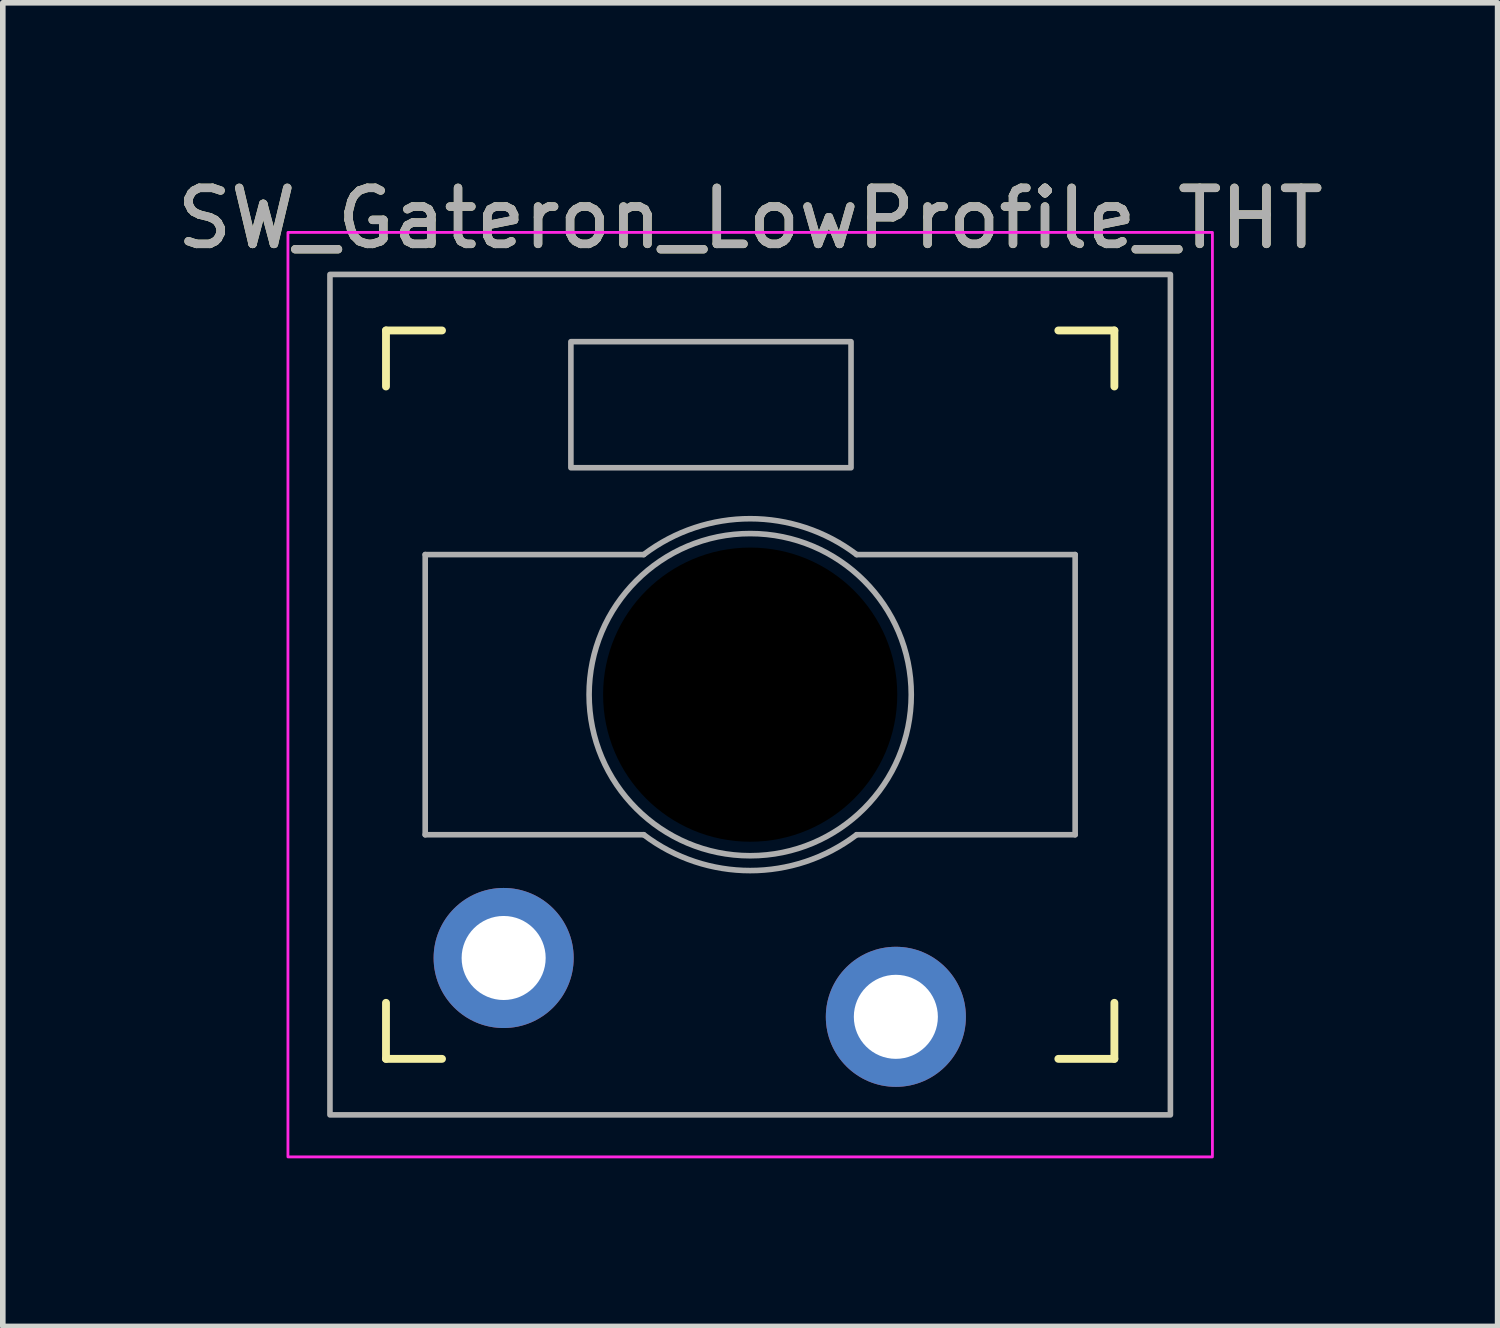
<source format=kicad_pcb>
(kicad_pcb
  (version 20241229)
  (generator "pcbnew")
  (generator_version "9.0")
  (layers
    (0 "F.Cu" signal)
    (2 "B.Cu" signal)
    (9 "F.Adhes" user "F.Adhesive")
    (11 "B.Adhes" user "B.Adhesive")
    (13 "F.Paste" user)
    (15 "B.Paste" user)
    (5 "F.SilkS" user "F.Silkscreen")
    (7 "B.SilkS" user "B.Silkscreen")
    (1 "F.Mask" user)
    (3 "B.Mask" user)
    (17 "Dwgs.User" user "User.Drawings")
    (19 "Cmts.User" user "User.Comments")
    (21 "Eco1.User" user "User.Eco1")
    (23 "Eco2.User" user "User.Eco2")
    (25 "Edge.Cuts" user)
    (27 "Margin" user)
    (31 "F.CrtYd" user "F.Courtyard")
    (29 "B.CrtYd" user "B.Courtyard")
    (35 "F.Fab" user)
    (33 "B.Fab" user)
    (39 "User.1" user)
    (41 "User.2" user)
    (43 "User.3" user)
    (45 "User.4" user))
  (footprint "SW_Gateron_LowProfile_THT"
    (layer "F.Cu")
    (at 10.339 9.348)
    (property "Reference" "SW_Gateron_LowProfile_THT" (at 0 -8.5 0) (unlocked yes) (layer "F.SilkS") (effects (font (size 1 1) (thickness 0.15))))
    (attr through_hole)
    (fp_line (start -6.5 -5.5) (end -6.5 -6.5) (stroke (width 0.14) (type solid)) (layer "F.SilkS"))
    (fp_line (start -6.5 6.5) (end -6.5 5.5) (stroke (width 0.14) (type solid)) (layer "F.SilkS"))
    (fp_line (start -6.5 6.5) (end -5.5 6.5) (stroke (width 0.14) (type solid)) (layer "F.SilkS"))
    (fp_line (start -5.5 -6.5) (end -6.5 -6.5) (stroke (width 0.14) (type solid)) (layer "F.SilkS"))
    (fp_line (start 5.5 6.5) (end 6.5 6.5) (stroke (width 0.14) (type solid)) (layer "F.SilkS"))
    (fp_line (start 6.5 -6.5) (end 5.5 -6.5) (stroke (width 0.14) (type solid)) (layer "F.SilkS"))
    (fp_line (start 6.5 -6.5) (end 6.5 -5.5) (stroke (width 0.14) (type solid)) (layer "F.SilkS"))
    (fp_line (start 6.5 5.5) (end 6.5 6.5) (stroke (width 0.14) (type solid)) (layer "F.SilkS"))
    (fp_rect (start -8.25 8.25) (end 8.25 -8.25) (stroke (width 0.05) (type solid)) (fill no) (layer "F.CrtYd"))
    (fp_line (start -5.8 -2.5) (end -1.9 -2.5) (stroke (width 0.1) (type default)) (layer "F.Fab"))
    (fp_line (start -5.8 2.5) (end -5.8 -2.5) (stroke (width 0.1) (type default)) (layer "F.Fab"))
    (fp_line (start -1.9 2.5) (end -5.8 2.5) (stroke (width 0.1) (type default)) (layer "F.Fab"))
    (fp_line (start 1.9 -2.5) (end 5.8 -2.5) (stroke (width 0.1) (type default)) (layer "F.Fab"))
    (fp_line (start 5.8 -2.5) (end 5.8 2.5) (stroke (width 0.1) (type default)) (layer "F.Fab"))
    (fp_line (start 5.8 2.5) (end 1.9 2.5) (stroke (width 0.1) (type default)) (layer "F.Fab"))
    (fp_rect (start -7.5 7.5) (end 7.5 -7.5) (stroke (width 0.1) (type solid)) (fill no) (layer "F.Fab"))
    (fp_rect (start -3.2 -6.3) (end 1.8 -4.05) (stroke (width 0.1) (type default)) (fill no) (layer "F.Fab"))
    (fp_arc (start -1.9 -2.499999) (mid 0 -3.140063) (end 1.9 -2.499999) (stroke (width 0.1) (type default)) (layer "F.Fab"))
    (fp_arc (start 1.9 2.499999) (mid 0 3.140063) (end -1.9 2.499999) (stroke (width 0.1) (type default)) (layer "F.Fab"))
    (fp_circle (center 0 0) (end 2.875 0) (stroke (width 0.1) (type default)) (fill no) (layer "F.Fab"))
    (fp_poly (pts (xy -2.05 -0.64) (xy -0.6 -0.64) (xy -0.6 -2) (xy 0.5 -2) (xy 0.5 -0.64) (xy 1.95 -0.64) (xy 1.95 0.64) (xy 0.5 0.64) (xy 0.5 2) (xy -0.6 2) (xy -0.6 0.64) (xy -2.05 0.64)) (stroke (width 0.1) (type solid)) (fill no) (layer "F.Fab"))
    (fp_text user "${REFERENCE}" (at 0 -8.5 0) (unlocked yes) (layer "F.Fab") (effects (font (size 1 1) (thickness 0.15))))
    (pad "" np_thru_hole circle (at 0 0 180) (size 5.25 5.25) (drill 5.25) (layers "*.Mask"))
    (pad "1" thru_hole circle (at -4.4 4.7 180) (size 2.5 2.5) (drill 1.5) (layers "*.Cu" "B.Mask"))
    (pad "2" thru_hole circle (at 2.6 5.75 180) (size 2.5 2.5) (drill 1.5) (layers "*.Cu" "B.Mask")))
  (gr_rect
    (start -3 -3)
    (end 23.679 20.623)
    (stroke (width 0.1) (type default))
    (fill no)
    (layer "Edge.Cuts")))
</source>
